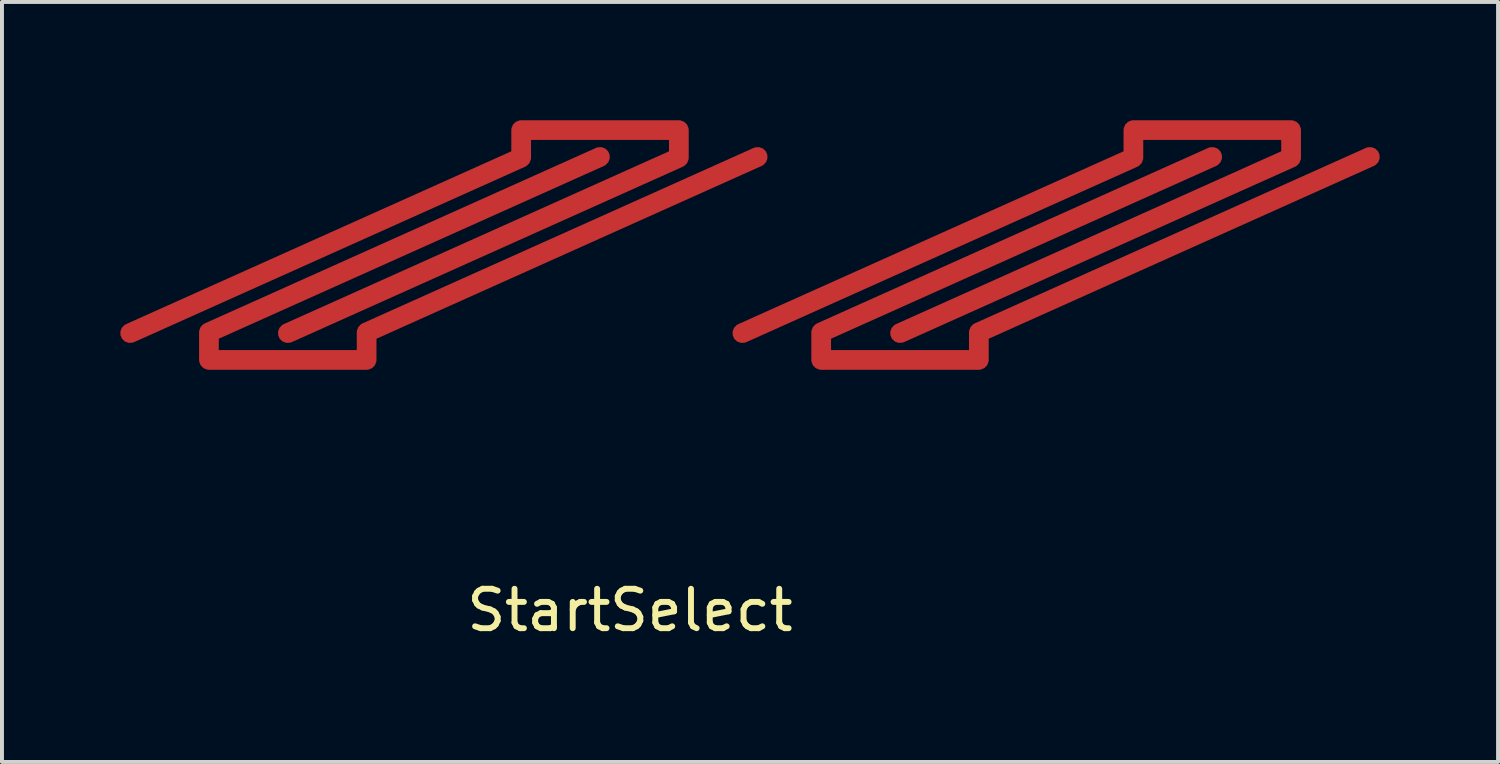
<source format=kicad_pcb>
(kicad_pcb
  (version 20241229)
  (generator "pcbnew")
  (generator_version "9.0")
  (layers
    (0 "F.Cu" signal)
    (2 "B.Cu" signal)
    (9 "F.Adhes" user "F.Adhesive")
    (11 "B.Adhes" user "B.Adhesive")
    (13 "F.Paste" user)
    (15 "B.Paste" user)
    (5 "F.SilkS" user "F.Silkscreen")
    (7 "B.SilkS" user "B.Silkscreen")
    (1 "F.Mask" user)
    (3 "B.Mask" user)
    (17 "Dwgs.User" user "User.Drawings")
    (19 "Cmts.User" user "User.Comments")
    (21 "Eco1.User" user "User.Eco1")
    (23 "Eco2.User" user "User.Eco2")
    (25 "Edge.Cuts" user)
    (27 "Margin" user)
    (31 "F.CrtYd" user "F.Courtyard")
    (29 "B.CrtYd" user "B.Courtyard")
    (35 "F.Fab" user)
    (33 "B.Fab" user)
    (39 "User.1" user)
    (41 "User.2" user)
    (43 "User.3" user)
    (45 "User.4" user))
  (footprint "StartSelect"
    (layer "F.Cu")
    (at 11 5.4)
    (property "Reference" "StartSelect" (at 1.93 7.03 0) (layer "F.SilkS") (effects (font (size 1 1) (thickness 0.15))))
    (attr through_hole)
    (pad "1" smd custom (at 3.17 -5.15) (size 0.5 0.5) (layers "F.Cu" "F.Mask" "F.Paste") (options (anchor circle)) (primitives (gr_line (start -4 0.7) (end -4 0) (width 0.5)) (gr_line (start -9.92 5.15) (end 0 0.7) (width 0.5)) (gr_line (start -13.92 5.15) (end -4 0.7) (width 0.5)) (gr_line (start 0 0) (end 0 0.7) (width 0.5)) (gr_line (start -4 0) (end 0 0) (width 0.5))))
    (pad "2" smd custom (at 18.7 -5.15) (size 0.5 0.5) (layers "F.Cu" "F.Mask" "F.Paste") (options (anchor circle)) (primitives (gr_line (start -4 0.7) (end -4 0) (width 0.5)) (gr_line (start -9.92 5.15) (end 0 0.7) (width 0.5)) (gr_line (start -13.92 5.15) (end -4 0.7) (width 0.5)) (gr_line (start 0 0) (end 0 0.7) (width 0.5)) (gr_line (start -4 0) (end 0 0) (width 0.5))))
    (pad "3" smd custom (at -8.75 0.68 180) (size 0.5 0.5) (layers "F.Cu" "F.Mask" "F.Paste") (options (anchor circle)) (primitives (gr_line (start -4 0.7) (end -4 0) (width 0.5)) (gr_line (start -9.92 5.15) (end 0 0.7) (width 0.5)) (gr_line (start -13.92 5.15) (end -4 0.7) (width 0.5)) (gr_line (start 0 0) (end 0 0.7) (width 0.5)) (gr_line (start -4 0) (end 0 0) (width 0.5))))
    (pad "3" smd custom (at 6.78 0.68 180) (size 0.5 0.5) (layers "F.Cu" "F.Mask" "F.Paste") (options (anchor circle)) (primitives (gr_line (start -4 0.7) (end -4 0) (width 0.5)) (gr_line (start -9.92 5.15) (end 0 0.7) (width 0.5)) (gr_line (start -13.92 5.15) (end -4 0.7) (width 0.5)) (gr_line (start 0 0) (end 0 0.7) (width 0.5)) (gr_line (start -4 0) (end 0 0) (width 0.5)))))
  (gr_rect
    (start -3 -3)
    (end 34.95 16.278)
    (stroke (width 0.1) (type default))
    (fill no)
    (layer "Edge.Cuts")))
</source>
